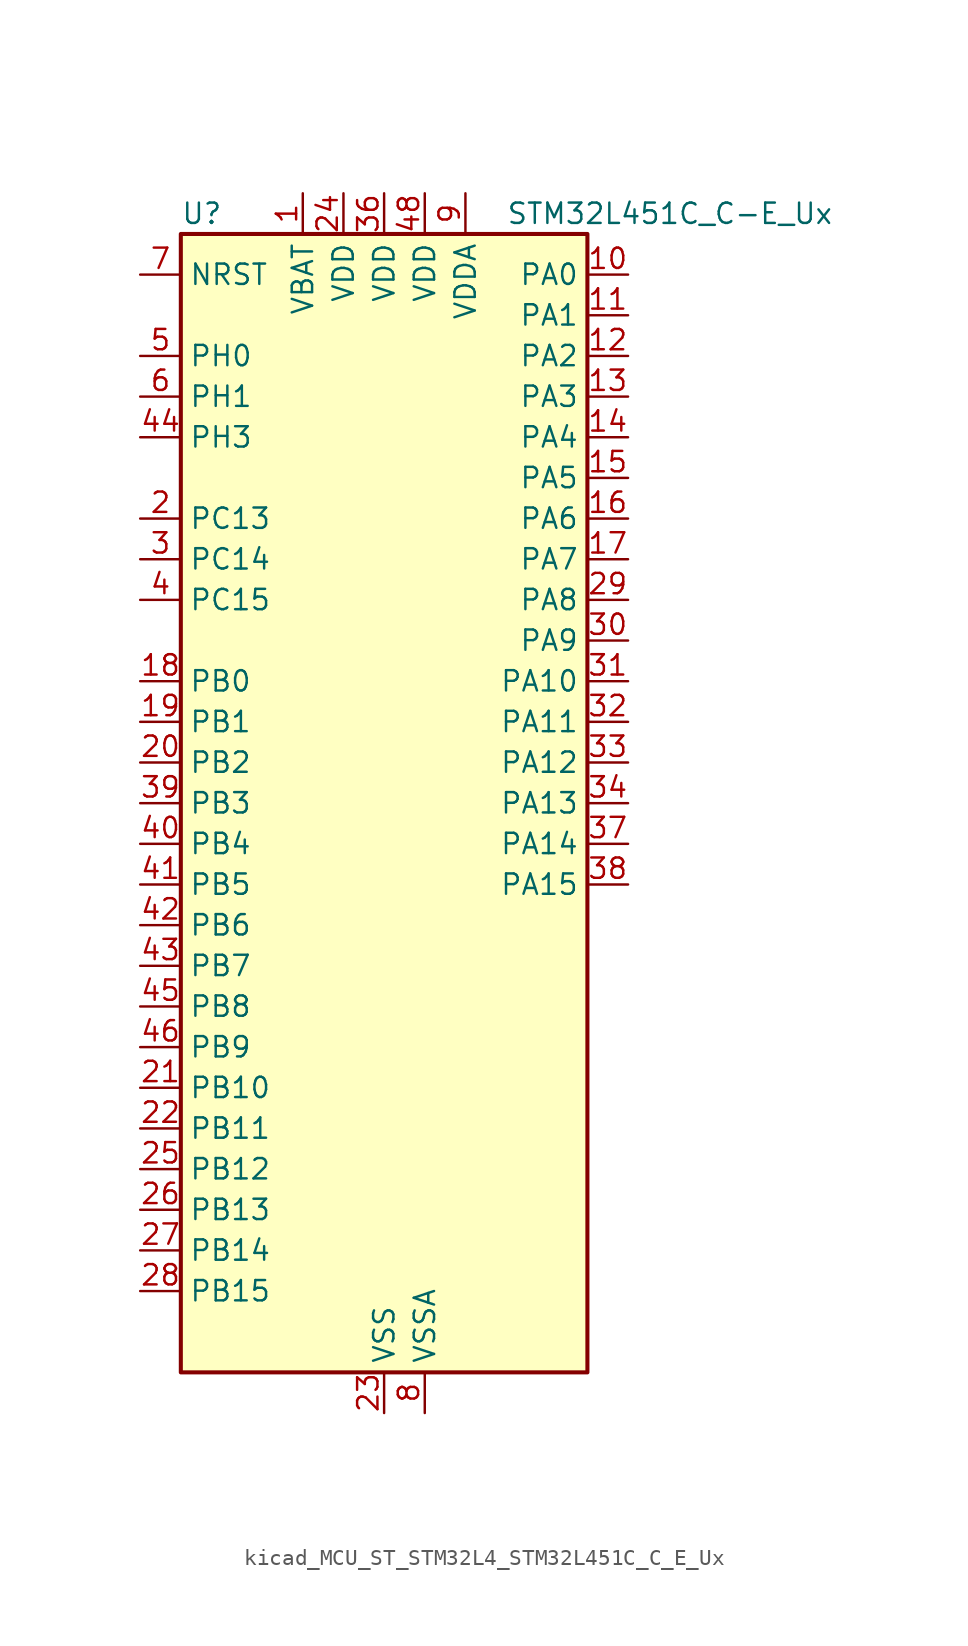
<source format=kicad_sym>
(kicad_symbol_lib
  (version 20220914)
  (generator kicad_symbol_editor)
  (symbol "kicad_MCU_ST_STM32L4_STM32L451C_C_E_Ux"
    (property "Reference" "U"
      (at -12.7 36.83 0)
      (effects (font (size 1.27 1.27)) (justify left)))
    (property "Value" "STM32L451C_C-E_Ux"
      (at 7.62 36.83 0)
      (effects (font (size 1.27 1.27)) (justify left)))
    (property "ki_locked" ""
      (at 0 0 0)
      (effects (font (size 1.27 1.27))))
    (symbol "kicad_MCU_ST_STM32L4_STM32L451C_C_E_Ux_0_1"
      (rectangle (start -12.7 -35.56) (end 12.7 35.56) (stroke (width 0.254) (type default)) (fill (type background))))
    (symbol "kicad_MCU_ST_STM32L4_STM32L451C_C_E_Ux_1_1"
      (pin power_in line (at -5.08 38.1 270) (length 2.54) (name "VBAT" (effects (font (size 1.27 1.27)))) (number "1" (effects (font (size 1.27 1.27)))))
      (pin bidirectional line (at 15.24 33.02 180) (length 2.54) (name "PA0" (effects (font (size 1.27 1.27)))) (number "10" (effects (font (size 1.27 1.27)))) (alternate "ADC1_IN5" bidirectional line) (alternate "COMP1_INM" bidirectional line) (alternate "COMP1_OUT" bidirectional line) (alternate "OPAMP1_VINP" bidirectional line) (alternate "RTC_TAMP2" bidirectional line) (alternate "SAI1_EXTCLK" bidirectional line) (alternate "SYS_WKUP1" bidirectional line) (alternate "TIM2_CH1" bidirectional line) (alternate "TIM2_ETR" bidirectional line) (alternate "UART4_TX" bidirectional line) (alternate "USART2_CTS" bidirectional line))
      (pin bidirectional line (at 15.24 30.48 180) (length 2.54) (name "PA1" (effects (font (size 1.27 1.27)))) (number "11" (effects (font (size 1.27 1.27)))) (alternate "ADC1_IN6" bidirectional line) (alternate "COMP1_INP" bidirectional line) (alternate "I2C1_SMBA" bidirectional line) (alternate "OPAMP1_VINM" bidirectional line) (alternate "SPI1_SCK" bidirectional line) (alternate "TIM15_CH1N" bidirectional line) (alternate "TIM2_CH2" bidirectional line) (alternate "UART4_RX" bidirectional line) (alternate "USART2_DE" bidirectional line) (alternate "USART2_RTS" bidirectional line))
      (pin bidirectional line (at 15.24 27.94 180) (length 2.54) (name "PA2" (effects (font (size 1.27 1.27)))) (number "12" (effects (font (size 1.27 1.27)))) (alternate "ADC1_IN7" bidirectional line) (alternate "COMP2_INM" bidirectional line) (alternate "COMP2_OUT" bidirectional line) (alternate "LPUART1_TX" bidirectional line) (alternate "QUADSPI_BK1_NCS" bidirectional line) (alternate "RCC_LSCO" bidirectional line) (alternate "SYS_WKUP4" bidirectional line) (alternate "TIM15_CH1" bidirectional line) (alternate "TIM2_CH3" bidirectional line) (alternate "USART2_TX" bidirectional line))
      (pin bidirectional line (at 15.24 25.4 180) (length 2.54) (name "PA3" (effects (font (size 1.27 1.27)))) (number "13" (effects (font (size 1.27 1.27)))) (alternate "ADC1_IN8" bidirectional line) (alternate "COMP2_INP" bidirectional line) (alternate "LPUART1_RX" bidirectional line) (alternate "OPAMP1_VOUT" bidirectional line) (alternate "QUADSPI_CLK" bidirectional line) (alternate "SAI1_MCLK_A" bidirectional line) (alternate "TIM15_CH2" bidirectional line) (alternate "TIM2_CH4" bidirectional line) (alternate "USART2_RX" bidirectional line))
      (pin bidirectional line (at 15.24 22.86 180) (length 2.54) (name "PA4" (effects (font (size 1.27 1.27)))) (number "14" (effects (font (size 1.27 1.27)))) (alternate "ADC1_IN9" bidirectional line) (alternate "COMP1_INM" bidirectional line) (alternate "COMP2_INM" bidirectional line) (alternate "DAC1_OUT1" bidirectional line) (alternate "LPTIM2_OUT" bidirectional line) (alternate "SAI1_FS_B" bidirectional line) (alternate "SPI1_NSS" bidirectional line) (alternate "SPI3_NSS" bidirectional line) (alternate "USART2_CK" bidirectional line))
      (pin bidirectional line (at 15.24 20.32 180) (length 2.54) (name "PA5" (effects (font (size 1.27 1.27)))) (number "15" (effects (font (size 1.27 1.27)))) (alternate "ADC1_IN10" bidirectional line) (alternate "COMP1_INM" bidirectional line) (alternate "COMP2_INM" bidirectional line) (alternate "DFSDM1_CKOUT" bidirectional line) (alternate "LPTIM2_ETR" bidirectional line) (alternate "SPI1_SCK" bidirectional line) (alternate "TIM2_CH1" bidirectional line) (alternate "TIM2_ETR" bidirectional line))
      (pin bidirectional line (at 15.24 17.78 180) (length 2.54) (name "PA6" (effects (font (size 1.27 1.27)))) (number "16" (effects (font (size 1.27 1.27)))) (alternate "ADC1_IN11" bidirectional line) (alternate "COMP1_OUT" bidirectional line) (alternate "LPUART1_CTS" bidirectional line) (alternate "QUADSPI_BK1_IO3" bidirectional line) (alternate "SPI1_MISO" bidirectional line) (alternate "TIM16_CH1" bidirectional line) (alternate "TIM1_BKIN" bidirectional line) (alternate "TIM1_BKIN_COMP2" bidirectional line) (alternate "TIM3_CH1" bidirectional line) (alternate "USART3_CTS" bidirectional line))
      (pin bidirectional line (at 15.24 15.24 180) (length 2.54) (name "PA7" (effects (font (size 1.27 1.27)))) (number "17" (effects (font (size 1.27 1.27)))) (alternate "ADC1_IN12" bidirectional line) (alternate "COMP2_OUT" bidirectional line) (alternate "DFSDM1_DATIN0" bidirectional line) (alternate "I2C3_SCL" bidirectional line) (alternate "QUADSPI_BK1_IO2" bidirectional line) (alternate "SPI1_MOSI" bidirectional line) (alternate "TIM1_CH1N" bidirectional line) (alternate "TIM3_CH2" bidirectional line))
      (pin bidirectional line (at -15.24 7.62 0) (length 2.54) (name "PB0" (effects (font (size 1.27 1.27)))) (number "18" (effects (font (size 1.27 1.27)))) (alternate "ADC1_IN15" bidirectional line) (alternate "COMP1_OUT" bidirectional line) (alternate "DFSDM1_CKIN0" bidirectional line) (alternate "QUADSPI_BK1_IO1" bidirectional line) (alternate "SAI1_EXTCLK" bidirectional line) (alternate "SPI1_NSS" bidirectional line) (alternate "TIM1_CH2N" bidirectional line) (alternate "TIM3_CH3" bidirectional line) (alternate "USART3_CK" bidirectional line))
      (pin bidirectional line (at -15.24 5.08 0) (length 2.54) (name "PB1" (effects (font (size 1.27 1.27)))) (number "19" (effects (font (size 1.27 1.27)))) (alternate "ADC1_IN16" bidirectional line) (alternate "COMP1_INM" bidirectional line) (alternate "DFSDM1_DATIN0" bidirectional line) (alternate "LPTIM2_IN1" bidirectional line) (alternate "LPUART1_DE" bidirectional line) (alternate "LPUART1_RTS" bidirectional line) (alternate "QUADSPI_BK1_IO0" bidirectional line) (alternate "TIM1_CH3N" bidirectional line) (alternate "TIM3_CH4" bidirectional line) (alternate "USART3_DE" bidirectional line) (alternate "USART3_RTS" bidirectional line))
      (pin bidirectional line (at -15.24 17.78 0) (length 2.54) (name "PC13" (effects (font (size 1.27 1.27)))) (number "2" (effects (font (size 1.27 1.27)))) (alternate "RTC_OUT_ALARM" bidirectional line) (alternate "RTC_OUT_CALIB" bidirectional line) (alternate "RTC_TAMP1" bidirectional line) (alternate "RTC_TS" bidirectional line) (alternate "SYS_WKUP2" bidirectional line))
      (pin bidirectional line (at -15.24 2.54 0) (length 2.54) (name "PB2" (effects (font (size 1.27 1.27)))) (number "20" (effects (font (size 1.27 1.27)))) (alternate "COMP1_INP" bidirectional line) (alternate "DFSDM1_CKIN0" bidirectional line) (alternate "I2C3_SMBA" bidirectional line) (alternate "LPTIM1_OUT" bidirectional line) (alternate "RTC_OUT_ALARM" bidirectional line) (alternate "RTC_OUT_CALIB" bidirectional line))
      (pin bidirectional line (at -15.24 -17.78 0) (length 2.54) (name "PB10" (effects (font (size 1.27 1.27)))) (number "21" (effects (font (size 1.27 1.27)))) (alternate "COMP1_OUT" bidirectional line) (alternate "I2C2_SCL" bidirectional line) (alternate "I2C4_SCL" bidirectional line) (alternate "LPUART1_RX" bidirectional line) (alternate "QUADSPI_CLK" bidirectional line) (alternate "SAI1_SCK_A" bidirectional line) (alternate "SPI2_SCK" bidirectional line) (alternate "TIM2_CH3" bidirectional line) (alternate "TSC_SYNC" bidirectional line) (alternate "USART3_TX" bidirectional line))
      (pin bidirectional line (at -15.24 -20.32 0) (length 2.54) (name "PB11" (effects (font (size 1.27 1.27)))) (number "22" (effects (font (size 1.27 1.27)))) (alternate "ADC1_EXTI11" bidirectional line) (alternate "COMP2_OUT" bidirectional line) (alternate "I2C2_SDA" bidirectional line) (alternate "I2C4_SDA" bidirectional line) (alternate "LPUART1_TX" bidirectional line) (alternate "QUADSPI_BK1_NCS" bidirectional line) (alternate "TIM2_CH4" bidirectional line) (alternate "USART3_RX" bidirectional line))
      (pin power_in line (at 0 -38.1 90) (length 2.54) (name "VSS" (effects (font (size 1.27 1.27)))) (number "23" (effects (font (size 1.27 1.27)))))
      (pin power_in line (at -2.54 38.1 270) (length 2.54) (name "VDD" (effects (font (size 1.27 1.27)))) (number "24" (effects (font (size 1.27 1.27)))))
      (pin bidirectional line (at -15.24 -22.86 0) (length 2.54) (name "PB12" (effects (font (size 1.27 1.27)))) (number "25" (effects (font (size 1.27 1.27)))) (alternate "CAN1_RX" bidirectional line) (alternate "DFSDM1_DATIN1" bidirectional line) (alternate "I2C2_SMBA" bidirectional line) (alternate "LPUART1_DE" bidirectional line) (alternate "LPUART1_RTS" bidirectional line) (alternate "SAI1_FS_A" bidirectional line) (alternate "SPI2_NSS" bidirectional line) (alternate "TIM15_BKIN" bidirectional line) (alternate "TIM1_BKIN" bidirectional line) (alternate "TIM1_BKIN_COMP2" bidirectional line) (alternate "TSC_G1_IO1" bidirectional line) (alternate "USART3_CK" bidirectional line))
      (pin bidirectional line (at -15.24 -25.4 0) (length 2.54) (name "PB13" (effects (font (size 1.27 1.27)))) (number "26" (effects (font (size 1.27 1.27)))) (alternate "CAN1_TX" bidirectional line) (alternate "DFSDM1_CKIN1" bidirectional line) (alternate "I2C2_SCL" bidirectional line) (alternate "LPUART1_CTS" bidirectional line) (alternate "SAI1_SCK_A" bidirectional line) (alternate "SPI2_SCK" bidirectional line) (alternate "TIM15_CH1N" bidirectional line) (alternate "TIM1_CH1N" bidirectional line) (alternate "TSC_G1_IO2" bidirectional line) (alternate "USART3_CTS" bidirectional line))
      (pin bidirectional line (at -15.24 -27.94 0) (length 2.54) (name "PB14" (effects (font (size 1.27 1.27)))) (number "27" (effects (font (size 1.27 1.27)))) (alternate "DFSDM1_DATIN2" bidirectional line) (alternate "I2C2_SDA" bidirectional line) (alternate "SAI1_MCLK_A" bidirectional line) (alternate "SPI2_MISO" bidirectional line) (alternate "TIM15_CH1" bidirectional line) (alternate "TIM1_CH2N" bidirectional line) (alternate "TSC_G1_IO3" bidirectional line) (alternate "USART3_DE" bidirectional line) (alternate "USART3_RTS" bidirectional line))
      (pin bidirectional line (at -15.24 -30.48 0) (length 2.54) (name "PB15" (effects (font (size 1.27 1.27)))) (number "28" (effects (font (size 1.27 1.27)))) (alternate "ADC1_EXTI15" bidirectional line) (alternate "DFSDM1_CKIN2" bidirectional line) (alternate "RTC_REFIN" bidirectional line) (alternate "SAI1_SD_A" bidirectional line) (alternate "SPI2_MOSI" bidirectional line) (alternate "TIM15_CH2" bidirectional line) (alternate "TIM1_CH3N" bidirectional line) (alternate "TSC_G1_IO4" bidirectional line))
      (pin bidirectional line (at 15.24 12.7 180) (length 2.54) (name "PA8" (effects (font (size 1.27 1.27)))) (number "29" (effects (font (size 1.27 1.27)))) (alternate "DFSDM1_CKIN1" bidirectional line) (alternate "LPTIM2_OUT" bidirectional line) (alternate "RCC_MCO" bidirectional line) (alternate "SAI1_SCK_A" bidirectional line) (alternate "TIM1_CH1" bidirectional line) (alternate "USART1_CK" bidirectional line))
      (pin bidirectional line (at -15.24 15.24 0) (length 2.54) (name "PC14" (effects (font (size 1.27 1.27)))) (number "3" (effects (font (size 1.27 1.27)))) (alternate "RCC_OSC32_IN" bidirectional line))
      (pin bidirectional line (at 15.24 10.16 180) (length 2.54) (name "PA9" (effects (font (size 1.27 1.27)))) (number "30" (effects (font (size 1.27 1.27)))) (alternate "DAC1_EXTI9" bidirectional line) (alternate "DFSDM1_DATIN1" bidirectional line) (alternate "I2C1_SCL" bidirectional line) (alternate "SAI1_FS_A" bidirectional line) (alternate "TIM15_BKIN" bidirectional line) (alternate "TIM1_CH2" bidirectional line) (alternate "USART1_TX" bidirectional line))
      (pin bidirectional line (at 15.24 7.62 180) (length 2.54) (name "PA10" (effects (font (size 1.27 1.27)))) (number "31" (effects (font (size 1.27 1.27)))) (alternate "I2C1_SDA" bidirectional line) (alternate "SAI1_SD_A" bidirectional line) (alternate "TIM1_CH3" bidirectional line) (alternate "USART1_RX" bidirectional line))
      (pin bidirectional line (at 15.24 5.08 180) (length 2.54) (name "PA11" (effects (font (size 1.27 1.27)))) (number "32" (effects (font (size 1.27 1.27)))) (alternate "ADC1_EXTI11" bidirectional line) (alternate "CAN1_RX" bidirectional line) (alternate "COMP1_OUT" bidirectional line) (alternate "SPI1_MISO" bidirectional line) (alternate "TIM1_BKIN2" bidirectional line) (alternate "TIM1_BKIN2_COMP1" bidirectional line) (alternate "TIM1_CH4" bidirectional line) (alternate "USART1_CTS" bidirectional line))
      (pin bidirectional line (at 15.24 2.54 180) (length 2.54) (name "PA12" (effects (font (size 1.27 1.27)))) (number "33" (effects (font (size 1.27 1.27)))) (alternate "CAN1_TX" bidirectional line) (alternate "SPI1_MOSI" bidirectional line) (alternate "TIM1_ETR" bidirectional line) (alternate "USART1_DE" bidirectional line) (alternate "USART1_RTS" bidirectional line))
      (pin bidirectional line (at 15.24 0 180) (length 2.54) (name "PA13" (effects (font (size 1.27 1.27)))) (number "34" (effects (font (size 1.27 1.27)))) (alternate "IR_OUT" bidirectional line) (alternate "SAI1_SD_B" bidirectional line) (alternate "SYS_JTMS-SWDIO" bidirectional line))
      (pin passive line (at 0 -38.1 90) (length 2.54) hide (name "VSS" (effects (font (size 1.27 1.27)))) (number "35" (effects (font (size 1.27 1.27)))))
      (pin power_in line (at 0 38.1 270) (length 2.54) (name "VDD" (effects (font (size 1.27 1.27)))) (number "36" (effects (font (size 1.27 1.27)))))
      (pin bidirectional line (at 15.24 -2.54 180) (length 2.54) (name "PA14" (effects (font (size 1.27 1.27)))) (number "37" (effects (font (size 1.27 1.27)))) (alternate "I2C1_SMBA" bidirectional line) (alternate "I2C4_SMBA" bidirectional line) (alternate "LPTIM1_OUT" bidirectional line) (alternate "SAI1_FS_B" bidirectional line) (alternate "SYS_JTCK-SWCLK" bidirectional line))
      (pin bidirectional line (at 15.24 -5.08 180) (length 2.54) (name "PA15" (effects (font (size 1.27 1.27)))) (number "38" (effects (font (size 1.27 1.27)))) (alternate "ADC1_EXTI15" bidirectional line) (alternate "SPI1_NSS" bidirectional line) (alternate "SPI3_NSS" bidirectional line) (alternate "SYS_JTDI" bidirectional line) (alternate "TIM2_CH1" bidirectional line) (alternate "TIM2_ETR" bidirectional line) (alternate "UART4_DE" bidirectional line) (alternate "UART4_RTS" bidirectional line) (alternate "USART2_RX" bidirectional line) (alternate "USART3_DE" bidirectional line) (alternate "USART3_RTS" bidirectional line))
      (pin bidirectional line (at -15.24 0 0) (length 2.54) (name "PB3" (effects (font (size 1.27 1.27)))) (number "39" (effects (font (size 1.27 1.27)))) (alternate "COMP2_INM" bidirectional line) (alternate "SAI1_SCK_B" bidirectional line) (alternate "SPI1_SCK" bidirectional line) (alternate "SPI3_SCK" bidirectional line) (alternate "SYS_JTDO-SWO" bidirectional line) (alternate "TIM2_CH2" bidirectional line) (alternate "USART1_DE" bidirectional line) (alternate "USART1_RTS" bidirectional line))
      (pin bidirectional line (at -15.24 12.7 0) (length 2.54) (name "PC15" (effects (font (size 1.27 1.27)))) (number "4" (effects (font (size 1.27 1.27)))) (alternate "ADC1_EXTI15" bidirectional line) (alternate "RCC_OSC32_OUT" bidirectional line))
      (pin bidirectional line (at -15.24 -2.54 0) (length 2.54) (name "PB4" (effects (font (size 1.27 1.27)))) (number "40" (effects (font (size 1.27 1.27)))) (alternate "COMP2_INP" bidirectional line) (alternate "I2C3_SDA" bidirectional line) (alternate "SAI1_MCLK_B" bidirectional line) (alternate "SPI1_MISO" bidirectional line) (alternate "SPI3_MISO" bidirectional line) (alternate "SYS_JTRST" bidirectional line) (alternate "TIM3_CH1" bidirectional line) (alternate "TSC_G2_IO1" bidirectional line) (alternate "USART1_CTS" bidirectional line))
      (pin bidirectional line (at -15.24 -5.08 0) (length 2.54) (name "PB5" (effects (font (size 1.27 1.27)))) (number "41" (effects (font (size 1.27 1.27)))) (alternate "CAN1_RX" bidirectional line) (alternate "COMP2_OUT" bidirectional line) (alternate "I2C1_SMBA" bidirectional line) (alternate "LPTIM1_IN1" bidirectional line) (alternate "SAI1_SD_B" bidirectional line) (alternate "SPI1_MOSI" bidirectional line) (alternate "SPI3_MOSI" bidirectional line) (alternate "TIM16_BKIN" bidirectional line) (alternate "TIM3_CH2" bidirectional line) (alternate "TSC_G2_IO2" bidirectional line) (alternate "USART1_CK" bidirectional line))
      (pin bidirectional line (at -15.24 -7.62 0) (length 2.54) (name "PB6" (effects (font (size 1.27 1.27)))) (number "42" (effects (font (size 1.27 1.27)))) (alternate "CAN1_TX" bidirectional line) (alternate "COMP2_INP" bidirectional line) (alternate "I2C1_SCL" bidirectional line) (alternate "I2C4_SCL" bidirectional line) (alternate "LPTIM1_ETR" bidirectional line) (alternate "SAI1_FS_B" bidirectional line) (alternate "TIM16_CH1N" bidirectional line) (alternate "TSC_G2_IO3" bidirectional line) (alternate "USART1_TX" bidirectional line))
      (pin bidirectional line (at -15.24 -10.16 0) (length 2.54) (name "PB7" (effects (font (size 1.27 1.27)))) (number "43" (effects (font (size 1.27 1.27)))) (alternate "COMP2_INM" bidirectional line) (alternate "I2C1_SDA" bidirectional line) (alternate "I2C4_SDA" bidirectional line) (alternate "LPTIM1_IN2" bidirectional line) (alternate "SYS_PVD_IN" bidirectional line) (alternate "TSC_G2_IO4" bidirectional line) (alternate "UART4_CTS" bidirectional line) (alternate "USART1_RX" bidirectional line))
      (pin bidirectional line (at -15.24 22.86 0) (length 2.54) (name "PH3" (effects (font (size 1.27 1.27)))) (number "44" (effects (font (size 1.27 1.27)))))
      (pin bidirectional line (at -15.24 -12.7 0) (length 2.54) (name "PB8" (effects (font (size 1.27 1.27)))) (number "45" (effects (font (size 1.27 1.27)))) (alternate "CAN1_RX" bidirectional line) (alternate "I2C1_SCL" bidirectional line) (alternate "SAI1_MCLK_A" bidirectional line) (alternate "TIM16_CH1" bidirectional line))
      (pin bidirectional line (at -15.24 -15.24 0) (length 2.54) (name "PB9" (effects (font (size 1.27 1.27)))) (number "46" (effects (font (size 1.27 1.27)))) (alternate "CAN1_TX" bidirectional line) (alternate "DAC1_EXTI9" bidirectional line) (alternate "I2C1_SDA" bidirectional line) (alternate "IR_OUT" bidirectional line) (alternate "SAI1_FS_A" bidirectional line) (alternate "SPI2_NSS" bidirectional line))
      (pin passive line (at 0 -38.1 90) (length 2.54) hide (name "VSS" (effects (font (size 1.27 1.27)))) (number "47" (effects (font (size 1.27 1.27)))))
      (pin power_in line (at 2.54 38.1 270) (length 2.54) (name "VDD" (effects (font (size 1.27 1.27)))) (number "48" (effects (font (size 1.27 1.27)))))
      (pin passive line (at 0 -38.1 90) (length 2.54) hide (name "VSS" (effects (font (size 1.27 1.27)))) (number "49" (effects (font (size 1.27 1.27)))))
      (pin bidirectional line (at -15.24 27.94 0) (length 2.54) (name "PH0" (effects (font (size 1.27 1.27)))) (number "5" (effects (font (size 1.27 1.27)))) (alternate "RCC_OSC_IN" bidirectional line))
      (pin bidirectional line (at -15.24 25.4 0) (length 2.54) (name "PH1" (effects (font (size 1.27 1.27)))) (number "6" (effects (font (size 1.27 1.27)))) (alternate "RCC_OSC_OUT" bidirectional line))
      (pin input line (at -15.24 33.02 0) (length 2.54) (name "NRST" (effects (font (size 1.27 1.27)))) (number "7" (effects (font (size 1.27 1.27)))))
      (pin power_in line (at 2.54 -38.1 90) (length 2.54) (name "VSSA" (effects (font (size 1.27 1.27)))) (number "8" (effects (font (size 1.27 1.27)))))
      (pin power_in line (at 5.08 38.1 270) (length 2.54) (name "VDDA" (effects (font (size 1.27 1.27)))) (number "9" (effects (font (size 1.27 1.27))))))))
</source>
